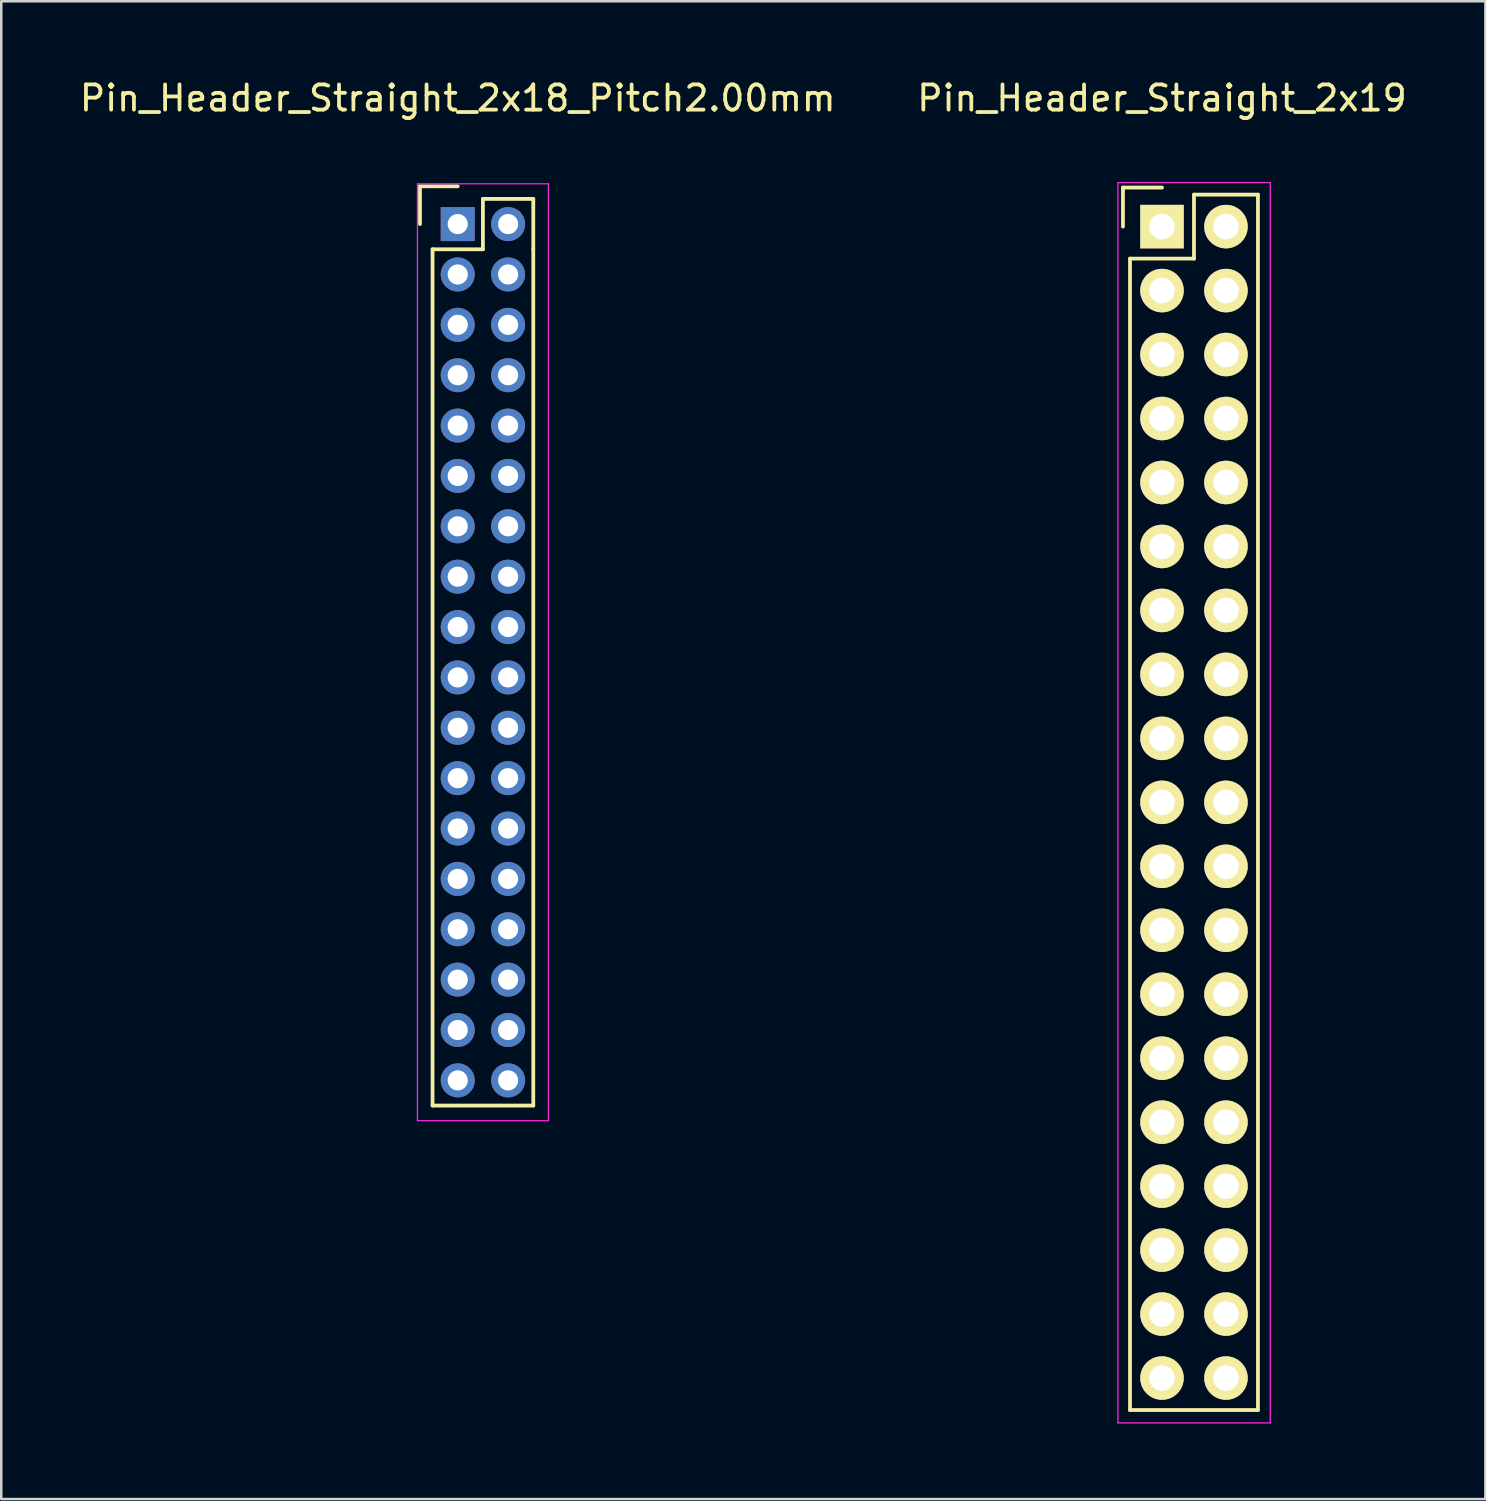
<source format=kicad_pcb>
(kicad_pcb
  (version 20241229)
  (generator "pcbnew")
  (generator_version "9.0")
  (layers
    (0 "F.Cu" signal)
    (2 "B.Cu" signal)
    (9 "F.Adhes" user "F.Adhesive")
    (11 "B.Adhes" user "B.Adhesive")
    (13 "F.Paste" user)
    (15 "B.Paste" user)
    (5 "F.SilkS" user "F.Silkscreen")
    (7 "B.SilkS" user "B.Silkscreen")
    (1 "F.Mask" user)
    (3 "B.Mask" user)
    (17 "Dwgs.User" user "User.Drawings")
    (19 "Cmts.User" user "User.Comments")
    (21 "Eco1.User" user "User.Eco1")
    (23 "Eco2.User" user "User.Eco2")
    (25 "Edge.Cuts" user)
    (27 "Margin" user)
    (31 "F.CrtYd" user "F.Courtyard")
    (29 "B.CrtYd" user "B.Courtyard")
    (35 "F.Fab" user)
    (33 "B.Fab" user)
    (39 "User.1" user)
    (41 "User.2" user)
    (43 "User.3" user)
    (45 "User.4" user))
  (footprint "Pin_Header_Straight_2x19"
    (layer "F.Cu")
    (at 43.089 5.948)
    (property "Reference" "Pin_Header_Straight_2x19" (at 0 -5.1 0) (layer "F.SilkS") (effects (font (size 1 1) (thickness 0.15))))
    (attr through_hole)
    (fp_line (start -1.55 -1.55) (end -1.55 0) (stroke (width 0.15) (type solid)) (layer "F.SilkS"))
    (fp_line (start -1.27 46.99) (end -1.27 1.27) (stroke (width 0.15) (type solid)) (layer "F.SilkS"))
    (fp_line (start 0 -1.55) (end -1.55 -1.55) (stroke (width 0.15) (type solid)) (layer "F.SilkS"))
    (fp_line (start 1.27 -1.27) (end 1.27 1.27) (stroke (width 0.15) (type solid)) (layer "F.SilkS"))
    (fp_line (start 1.27 1.27) (end -1.27 1.27) (stroke (width 0.15) (type solid)) (layer "F.SilkS"))
    (fp_line (start 3.81 -1.27) (end 1.27 -1.27) (stroke (width 0.15) (type solid)) (layer "F.SilkS"))
    (fp_line (start 3.81 -1.27) (end 3.81 46.99) (stroke (width 0.15) (type solid)) (layer "F.SilkS"))
    (fp_line (start 3.81 46.99) (end -1.27 46.99) (stroke (width 0.15) (type solid)) (layer "F.SilkS"))
    (fp_line (start -1.75 -1.75) (end -1.75 47.5) (stroke (width 0.05) (type solid)) (layer "F.CrtYd"))
    (fp_line (start -1.75 -1.75) (end 4.3 -1.75) (stroke (width 0.05) (type solid)) (layer "F.CrtYd"))
    (fp_line (start -1.75 47.5) (end 4.3 47.5) (stroke (width 0.05) (type solid)) (layer "F.CrtYd"))
    (fp_line (start 4.3 -1.75) (end 4.3 47.5) (stroke (width 0.05) (type solid)) (layer "F.CrtYd"))
    (pad "1" thru_hole rect (at 0 0) (size 1.727 1.727) (drill 1.016) (layers "*.Cu" "*.Mask" "F.SilkS"))
    (pad "2" thru_hole oval (at 2.54 0) (size 1.727 1.727) (drill 1.016) (layers "*.Cu" "*.Mask" "F.SilkS"))
    (pad "3" thru_hole oval (at 0 2.54) (size 1.727 1.727) (drill 1.016) (layers "*.Cu" "*.Mask" "F.SilkS"))
    (pad "4" thru_hole oval (at 2.54 2.54) (size 1.727 1.727) (drill 1.016) (layers "*.Cu" "*.Mask" "F.SilkS"))
    (pad "5" thru_hole oval (at 0 5.08) (size 1.727 1.727) (drill 1.016) (layers "*.Cu" "*.Mask" "F.SilkS"))
    (pad "6" thru_hole oval (at 2.54 5.08) (size 1.727 1.727) (drill 1.016) (layers "*.Cu" "*.Mask" "F.SilkS"))
    (pad "7" thru_hole oval (at 0 7.62) (size 1.727 1.727) (drill 1.016) (layers "*.Cu" "*.Mask" "F.SilkS"))
    (pad "8" thru_hole oval (at 2.54 7.62) (size 1.727 1.727) (drill 1.016) (layers "*.Cu" "*.Mask" "F.SilkS"))
    (pad "9" thru_hole oval (at 0 10.16) (size 1.727 1.727) (drill 1.016) (layers "*.Cu" "*.Mask" "F.SilkS"))
    (pad "10" thru_hole oval (at 2.54 10.16) (size 1.727 1.727) (drill 1.016) (layers "*.Cu" "*.Mask" "F.SilkS"))
    (pad "11" thru_hole oval (at 0 12.7) (size 1.727 1.727) (drill 1.016) (layers "*.Cu" "*.Mask" "F.SilkS"))
    (pad "12" thru_hole oval (at 2.54 12.7) (size 1.727 1.727) (drill 1.016) (layers "*.Cu" "*.Mask" "F.SilkS"))
    (pad "13" thru_hole oval (at 0 15.24) (size 1.727 1.727) (drill 1.016) (layers "*.Cu" "*.Mask" "F.SilkS"))
    (pad "14" thru_hole oval (at 2.54 15.24) (size 1.727 1.727) (drill 1.016) (layers "*.Cu" "*.Mask" "F.SilkS"))
    (pad "15" thru_hole oval (at 0 17.78) (size 1.727 1.727) (drill 1.016) (layers "*.Cu" "*.Mask" "F.SilkS"))
    (pad "16" thru_hole oval (at 2.54 17.78) (size 1.727 1.727) (drill 1.016) (layers "*.Cu" "*.Mask" "F.SilkS"))
    (pad "17" thru_hole oval (at 0 20.32) (size 1.727 1.727) (drill 1.016) (layers "*.Cu" "*.Mask" "F.SilkS"))
    (pad "18" thru_hole oval (at 2.54 20.32) (size 1.727 1.727) (drill 1.016) (layers "*.Cu" "*.Mask" "F.SilkS"))
    (pad "19" thru_hole oval (at 0 22.86) (size 1.727 1.727) (drill 1.016) (layers "*.Cu" "*.Mask" "F.SilkS"))
    (pad "20" thru_hole oval (at 2.54 22.86) (size 1.727 1.727) (drill 1.016) (layers "*.Cu" "*.Mask" "F.SilkS"))
    (pad "21" thru_hole oval (at 0 25.4) (size 1.727 1.727) (drill 1.016) (layers "*.Cu" "*.Mask" "F.SilkS"))
    (pad "22" thru_hole oval (at 2.54 25.4) (size 1.727 1.727) (drill 1.016) (layers "*.Cu" "*.Mask" "F.SilkS"))
    (pad "23" thru_hole oval (at 0 27.94) (size 1.727 1.727) (drill 1.016) (layers "*.Cu" "*.Mask" "F.SilkS"))
    (pad "24" thru_hole oval (at 2.54 27.94) (size 1.727 1.727) (drill 1.016) (layers "*.Cu" "*.Mask" "F.SilkS"))
    (pad "25" thru_hole oval (at 0 30.48) (size 1.727 1.727) (drill 1.016) (layers "*.Cu" "*.Mask" "F.SilkS"))
    (pad "26" thru_hole oval (at 2.54 30.48) (size 1.727 1.727) (drill 1.016) (layers "*.Cu" "*.Mask" "F.SilkS"))
    (pad "27" thru_hole oval (at 0 33.02) (size 1.727 1.727) (drill 1.016) (layers "*.Cu" "*.Mask" "F.SilkS"))
    (pad "28" thru_hole oval (at 2.54 33.02) (size 1.727 1.727) (drill 1.016) (layers "*.Cu" "*.Mask" "F.SilkS"))
    (pad "29" thru_hole oval (at 0 35.56) (size 1.727 1.727) (drill 1.016) (layers "*.Cu" "*.Mask" "F.SilkS"))
    (pad "30" thru_hole oval (at 2.54 35.56) (size 1.727 1.727) (drill 1.016) (layers "*.Cu" "*.Mask" "F.SilkS"))
    (pad "31" thru_hole oval (at 0 38.1) (size 1.727 1.727) (drill 1.016) (layers "*.Cu" "*.Mask" "F.SilkS"))
    (pad "32" thru_hole oval (at 2.54 38.1) (size 1.727 1.727) (drill 1.016) (layers "*.Cu" "*.Mask" "F.SilkS"))
    (pad "33" thru_hole oval (at 0 40.64) (size 1.727 1.727) (drill 1.016) (layers "*.Cu" "*.Mask" "F.SilkS"))
    (pad "34" thru_hole oval (at 2.54 40.64) (size 1.727 1.727) (drill 1.016) (layers "*.Cu" "*.Mask" "F.SilkS"))
    (pad "35" thru_hole oval (at 0 43.18) (size 1.727 1.727) (drill 1.016) (layers "*.Cu" "*.Mask" "F.SilkS"))
    (pad "36" thru_hole oval (at 2.54 43.18) (size 1.727 1.727) (drill 1.016) (layers "*.Cu" "*.Mask" "F.SilkS"))
    (pad "37" thru_hole oval (at 0 45.72) (size 1.727 1.727) (drill 1.016) (layers "*.Cu" "*.Mask" "F.SilkS"))
    (pad "38" thru_hole oval (at 2.54 45.72) (size 1.727 1.727) (drill 1.016) (layers "*.Cu" "*.Mask" "F.SilkS")))
  (footprint "Pin_Header_Straight_2x18_Pitch2.00mm"
    (layer "F.Cu")
    (at 15.125 5.848)
    (property "Reference" "Pin_Header_Straight_2x18_Pitch2.00mm" (at 0 -5 0) (layer "F.SilkS") (effects (font (size 1 1) (thickness 0.15))))
    (attr through_hole)
    (fp_line (start -1.5 -1.5) (end 0 -1.5) (stroke (width 0.15) (type solid)) (layer "F.SilkS"))
    (fp_line (start -1.5 0) (end -1.5 -1.5) (stroke (width 0.15) (type solid)) (layer "F.SilkS"))
    (fp_line (start -1 1) (end 1 1) (stroke (width 0.15) (type solid)) (layer "F.SilkS"))
    (fp_line (start -1 35) (end -1 1) (stroke (width 0.15) (type solid)) (layer "F.SilkS"))
    (fp_line (start 1 -1) (end 3 -1) (stroke (width 0.15) (type solid)) (layer "F.SilkS"))
    (fp_line (start 1 1) (end 1 -1) (stroke (width 0.15) (type solid)) (layer "F.SilkS"))
    (fp_line (start 3 -1) (end 3 1) (stroke (width 0.15) (type solid)) (layer "F.SilkS"))
    (fp_line (start 3 1) (end 3 35) (stroke (width 0.15) (type solid)) (layer "F.SilkS"))
    (fp_line (start 3 35) (end -1 35) (stroke (width 0.15) (type solid)) (layer "F.SilkS"))
    (fp_line (start -1.6 -1.6) (end 3.6 -1.6) (stroke (width 0.05) (type solid)) (layer "F.CrtYd"))
    (fp_line (start -1.6 35.6) (end -1.6 -1.6) (stroke (width 0.05) (type solid)) (layer "F.CrtYd"))
    (fp_line (start 3.6 -1.6) (end 3.6 35.6) (stroke (width 0.05) (type solid)) (layer "F.CrtYd"))
    (fp_line (start 3.6 35.6) (end -1.6 35.6) (stroke (width 0.05) (type solid)) (layer "F.CrtYd"))
    (pad "1" thru_hole rect (at 0 0) (size 1.35 1.35) (drill 0.8) (layers "*.Cu" "*.Mask"))
    (pad "2" thru_hole circle (at 2 0) (size 1.35 1.35) (drill 0.8) (layers "*.Cu" "*.Mask"))
    (pad "3" thru_hole circle (at 0 2) (size 1.35 1.35) (drill 0.8) (layers "*.Cu" "*.Mask"))
    (pad "4" thru_hole circle (at 2 2) (size 1.35 1.35) (drill 0.8) (layers "*.Cu" "*.Mask"))
    (pad "5" thru_hole circle (at 0 4) (size 1.35 1.35) (drill 0.8) (layers "*.Cu" "*.Mask"))
    (pad "6" thru_hole circle (at 2 4) (size 1.35 1.35) (drill 0.8) (layers "*.Cu" "*.Mask"))
    (pad "7" thru_hole circle (at 0 6) (size 1.35 1.35) (drill 0.8) (layers "*.Cu" "*.Mask"))
    (pad "8" thru_hole circle (at 2 6) (size 1.35 1.35) (drill 0.8) (layers "*.Cu" "*.Mask"))
    (pad "9" thru_hole circle (at 0 8) (size 1.35 1.35) (drill 0.8) (layers "*.Cu" "*.Mask"))
    (pad "10" thru_hole circle (at 2 8) (size 1.35 1.35) (drill 0.8) (layers "*.Cu" "*.Mask"))
    (pad "11" thru_hole circle (at 0 10) (size 1.35 1.35) (drill 0.8) (layers "*.Cu" "*.Mask"))
    (pad "12" thru_hole circle (at 2 10) (size 1.35 1.35) (drill 0.8) (layers "*.Cu" "*.Mask"))
    (pad "13" thru_hole circle (at 0 12) (size 1.35 1.35) (drill 0.8) (layers "*.Cu" "*.Mask"))
    (pad "14" thru_hole circle (at 2 12) (size 1.35 1.35) (drill 0.8) (layers "*.Cu" "*.Mask"))
    (pad "15" thru_hole circle (at 0 14) (size 1.35 1.35) (drill 0.8) (layers "*.Cu" "*.Mask"))
    (pad "16" thru_hole circle (at 2 14) (size 1.35 1.35) (drill 0.8) (layers "*.Cu" "*.Mask"))
    (pad "17" thru_hole circle (at 0 16) (size 1.35 1.35) (drill 0.8) (layers "*.Cu" "*.Mask"))
    (pad "18" thru_hole circle (at 2 16) (size 1.35 1.35) (drill 0.8) (layers "*.Cu" "*.Mask"))
    (pad "19" thru_hole circle (at 0 18) (size 1.35 1.35) (drill 0.8) (layers "*.Cu" "*.Mask"))
    (pad "20" thru_hole circle (at 2 18) (size 1.35 1.35) (drill 0.8) (layers "*.Cu" "*.Mask"))
    (pad "21" thru_hole circle (at 0 20) (size 1.35 1.35) (drill 0.8) (layers "*.Cu" "*.Mask"))
    (pad "22" thru_hole circle (at 2 20) (size 1.35 1.35) (drill 0.8) (layers "*.Cu" "*.Mask"))
    (pad "23" thru_hole circle (at 0 22) (size 1.35 1.35) (drill 0.8) (layers "*.Cu" "*.Mask"))
    (pad "24" thru_hole circle (at 2 22) (size 1.35 1.35) (drill 0.8) (layers "*.Cu" "*.Mask"))
    (pad "25" thru_hole circle (at 0 24) (size 1.35 1.35) (drill 0.8) (layers "*.Cu" "*.Mask"))
    (pad "26" thru_hole circle (at 2 24) (size 1.35 1.35) (drill 0.8) (layers "*.Cu" "*.Mask"))
    (pad "27" thru_hole circle (at 0 26) (size 1.35 1.35) (drill 0.8) (layers "*.Cu" "*.Mask"))
    (pad "28" thru_hole circle (at 2 26) (size 1.35 1.35) (drill 0.8) (layers "*.Cu" "*.Mask"))
    (pad "29" thru_hole circle (at 0 28) (size 1.35 1.35) (drill 0.8) (layers "*.Cu" "*.Mask"))
    (pad "30" thru_hole circle (at 2 28) (size 1.35 1.35) (drill 0.8) (layers "*.Cu" "*.Mask"))
    (pad "31" thru_hole circle (at 0 30) (size 1.35 1.35) (drill 0.8) (layers "*.Cu" "*.Mask"))
    (pad "32" thru_hole circle (at 2 30) (size 1.35 1.35) (drill 0.8) (layers "*.Cu" "*.Mask"))
    (pad "33" thru_hole circle (at 0 32) (size 1.35 1.35) (drill 0.8) (layers "*.Cu" "*.Mask"))
    (pad "34" thru_hole circle (at 2 32) (size 1.35 1.35) (drill 0.8) (layers "*.Cu" "*.Mask"))
    (pad "35" thru_hole circle (at 0 34) (size 1.35 1.35) (drill 0.8) (layers "*.Cu" "*.Mask"))
    (pad "36" thru_hole circle (at 2 34) (size 1.35 1.35) (drill 0.8) (layers "*.Cu" "*.Mask")))
  (gr_rect
    (start -3 -3)
    (end 55.929 56.473)
    (stroke (width 0.1) (type default))
    (fill no)
    (layer "Edge.Cuts")))
</source>
